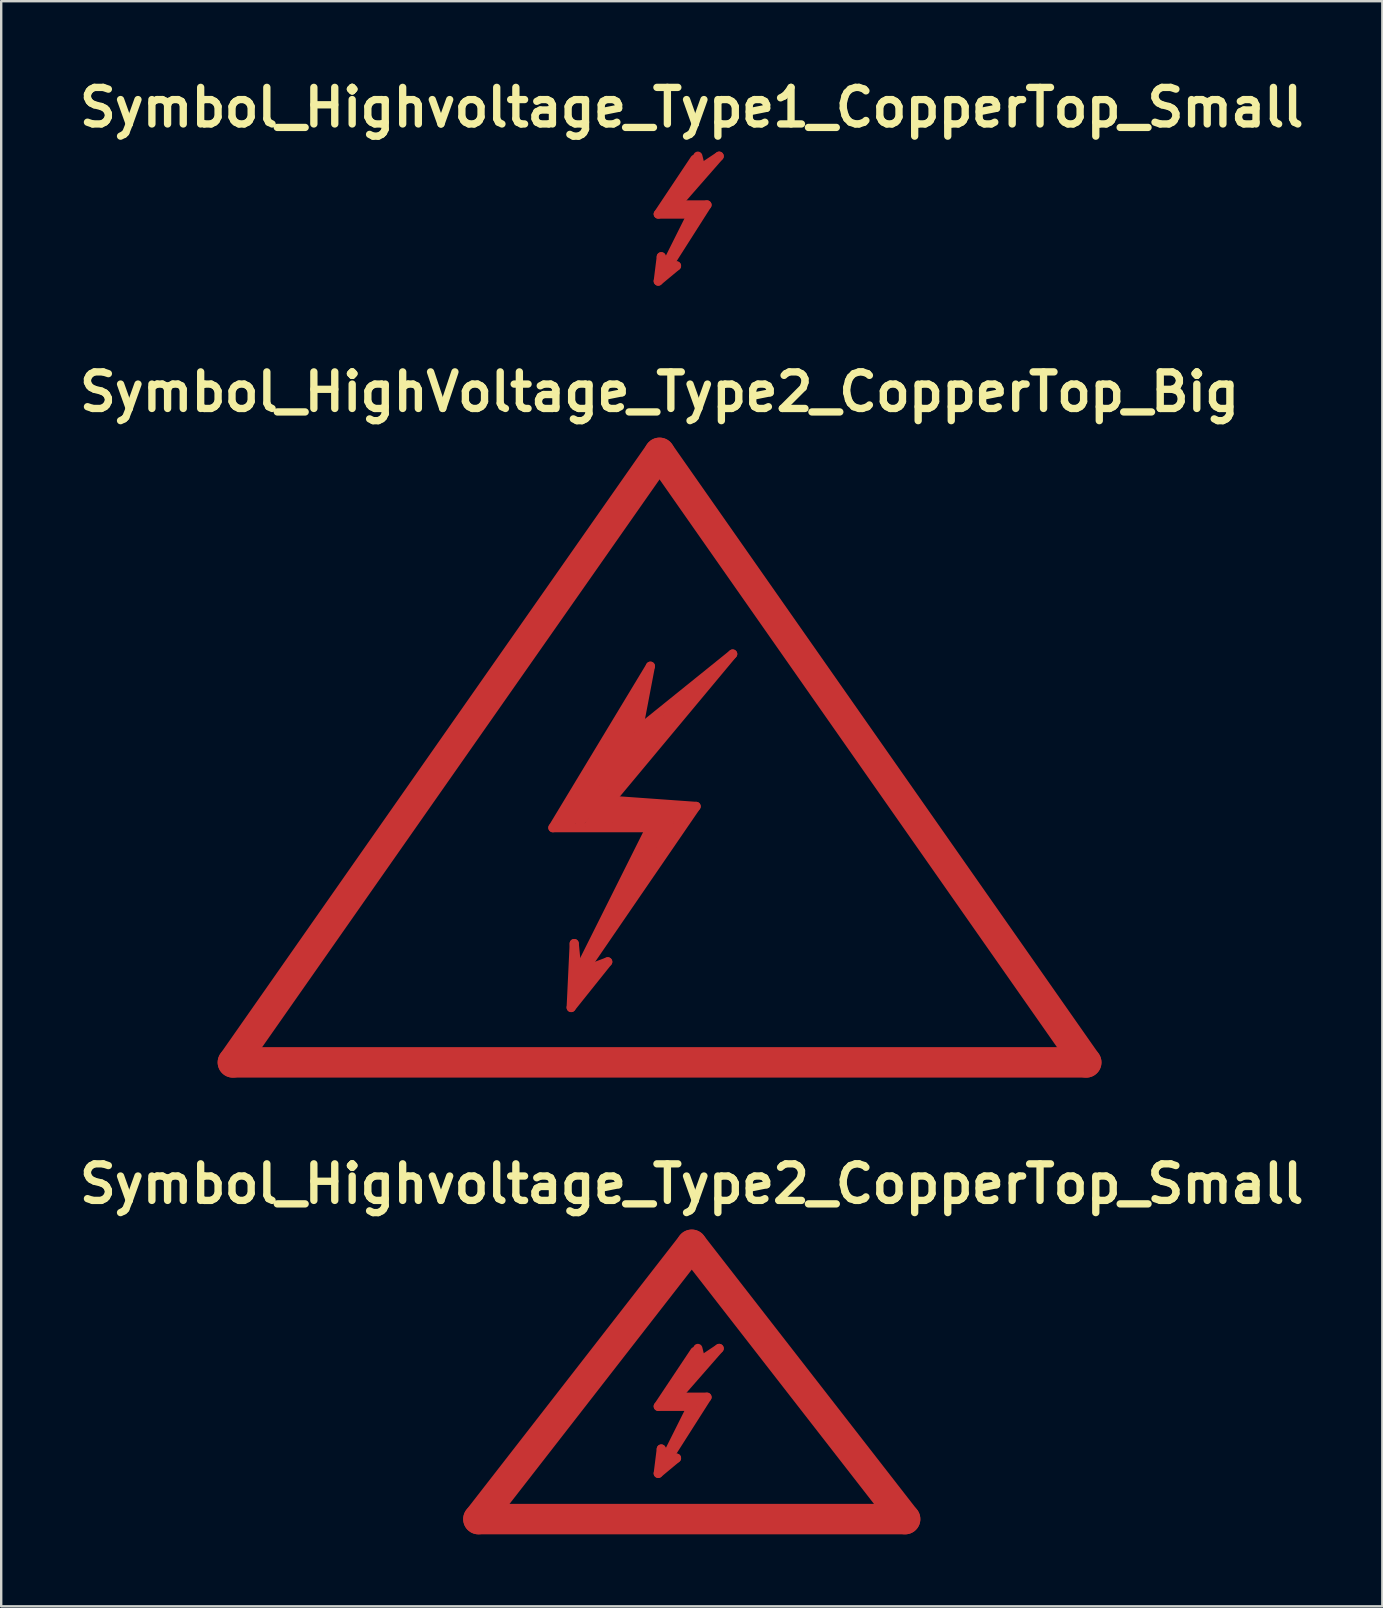
<source format=kicad_pcb>
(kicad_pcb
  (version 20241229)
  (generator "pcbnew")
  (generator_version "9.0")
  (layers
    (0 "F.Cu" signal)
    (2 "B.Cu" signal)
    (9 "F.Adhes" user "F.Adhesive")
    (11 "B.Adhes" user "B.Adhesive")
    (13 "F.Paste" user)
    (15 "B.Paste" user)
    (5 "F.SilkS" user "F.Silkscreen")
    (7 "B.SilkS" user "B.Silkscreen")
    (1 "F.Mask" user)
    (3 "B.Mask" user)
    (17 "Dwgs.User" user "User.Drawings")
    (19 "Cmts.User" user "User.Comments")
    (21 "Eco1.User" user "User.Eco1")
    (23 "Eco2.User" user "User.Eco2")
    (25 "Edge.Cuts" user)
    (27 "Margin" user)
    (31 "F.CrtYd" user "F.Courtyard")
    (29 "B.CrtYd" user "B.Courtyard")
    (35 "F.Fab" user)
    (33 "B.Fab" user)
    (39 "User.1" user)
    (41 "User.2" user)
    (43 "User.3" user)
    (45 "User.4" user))
  (footprint "Symbol_Highvoltage_Type1_CopperTop_Small"
    (layer "F.Cu")
    (at 24.761 6.633)
    (property "Reference" "Symbol_Highvoltage_Type1_CopperTop_Small" (at 1.016 -5.207 0) (layer "F.SilkS") (effects (font (size 1.524 1.524) (thickness 0.305))))
    (attr through_hole)
    (fp_line (start -0.381 -0.762) (end 1.016 -0.762) (stroke (width 0.381) (type solid)) (layer "F.Cu"))
    (fp_line (start -0.381 2.032) (end 0.381 1.397) (stroke (width 0.381) (type solid)) (layer "F.Cu"))
    (fp_line (start -0.254 1.016) (end -0.381 2.032) (stroke (width 0.381) (type solid)) (layer "F.Cu"))
    (fp_line (start -0.127 1.524) (end -0.254 1.016) (stroke (width 0.381) (type solid)) (layer "F.Cu"))
    (fp_line (start -0.127 1.651) (end 1.651 -1.143) (stroke (width 0.381) (type solid)) (layer "F.Cu"))
    (fp_line (start 0 -0.889) (end 1.27 -0.889) (stroke (width 0.381) (type solid)) (layer "F.Cu"))
    (fp_line (start 0.381 -1.143) (end 2.159 -3.175) (stroke (width 0.381) (type solid)) (layer "F.Cu"))
    (fp_line (start 0.381 1.397) (end -0.127 1.651) (stroke (width 0.381) (type solid)) (layer "F.Cu"))
    (fp_line (start 1.016 -0.762) (end -0.127 1.524) (stroke (width 0.381) (type solid)) (layer "F.Cu"))
    (fp_line (start 1.143 -3.048) (end -0.381 -0.762) (stroke (width 0.381) (type solid)) (layer "F.Cu"))
    (fp_line (start 1.397 -2.794) (end 0 -0.889) (stroke (width 0.381) (type solid)) (layer "F.Cu"))
    (fp_line (start 1.397 -2.667) (end 1.27 -3.175) (stroke (width 0.381) (type solid)) (layer "F.Cu"))
    (fp_line (start 1.651 -1.143) (end 0.381 -1.143) (stroke (width 0.381) (type solid)) (layer "F.Cu"))
    (fp_line (start 2.159 -3.175) (end 1.397 -2.667) (stroke (width 0.381) (type solid)) (layer "F.Cu")))
  (footprint "Symbol_HighVoltage_Type2_CopperTop_Big"
    (layer "F.Cu")
    (at 24.435 31.062)
    (property "Reference" "Symbol_HighVoltage_Type2_CopperTop_Big" (at 0 -17.78 0) (layer "F.SilkS") (effects (font (size 1.524 1.524) (thickness 0.305))))
    (attr through_hole)
    (fp_line (start -17.78 10.16) (end 0 -15.24) (stroke (width 1.27) (type solid)) (layer "F.Cu"))
    (fp_line (start -4.445 0.381) (end -0.381 0.381) (stroke (width 0.381) (type solid)) (layer "F.Cu"))
    (fp_line (start -4.064 0.254) (end -0.889 -4.318) (stroke (width 0.381) (type solid)) (layer "F.Cu"))
    (fp_line (start -3.683 0.127) (end -1.016 -3.556) (stroke (width 0.381) (type solid)) (layer "F.Cu"))
    (fp_line (start -3.683 7.874) (end -2.159 5.969) (stroke (width 0.381) (type solid)) (layer "F.Cu"))
    (fp_line (start -3.556 5.207) (end -3.683 7.874) (stroke (width 0.381) (type solid)) (layer "F.Cu"))
    (fp_line (start -3.556 7.239) (end -3.175 6.35) (stroke (width 0.381) (type solid)) (layer "F.Cu"))
    (fp_line (start -3.429 6.477) (end -3.556 5.207) (stroke (width 0.381) (type solid)) (layer "F.Cu"))
    (fp_line (start -3.302 0.127) (end 1.397 -5.207) (stroke (width 0.381) (type solid)) (layer "F.Cu"))
    (fp_line (start -3.175 6.096) (end -3.048 6.223) (stroke (width 0.381) (type solid)) (layer "F.Cu"))
    (fp_line (start -3.175 6.35) (end -3.048 5.969) (stroke (width 0.381) (type solid)) (layer "F.Cu"))
    (fp_line (start -3.175 6.35) (end 1.524 -0.508) (stroke (width 0.381) (type solid)) (layer "F.Cu"))
    (fp_line (start -3.048 5.969) (end -3.175 6.096) (stroke (width 0.381) (type solid)) (layer "F.Cu"))
    (fp_line (start -2.921 0.254) (end 0.762 0.127) (stroke (width 0.381) (type solid)) (layer "F.Cu"))
    (fp_line (start -2.794 6.477) (end -3.556 7.239) (stroke (width 0.381) (type solid)) (layer "F.Cu"))
    (fp_line (start -2.667 5.461) (end 0.127 0.127) (stroke (width 0.381) (type solid)) (layer "F.Cu"))
    (fp_line (start -2.413 0) (end 0.635 -0.127) (stroke (width 0.381) (type solid)) (layer "F.Cu"))
    (fp_line (start -2.286 -1.524) (end 0.254 -4.445) (stroke (width 0.381) (type solid)) (layer "F.Cu"))
    (fp_line (start -2.286 -1.016) (end -2.032 -0.381) (stroke (width 0.381) (type solid)) (layer "F.Cu"))
    (fp_line (start -2.286 -0.381) (end -2.413 0) (stroke (width 0.381) (type solid)) (layer "F.Cu"))
    (fp_line (start -2.159 5.969) (end -3.175 6.35) (stroke (width 0.381) (type solid)) (layer "F.Cu"))
    (fp_line (start -2.032 -0.762) (end 3.048 -6.858) (stroke (width 0.381) (type solid)) (layer "F.Cu"))
    (fp_line (start -1.016 -3.556) (end -3.302 0.127) (stroke (width 0.381) (type solid)) (layer "F.Cu"))
    (fp_line (start -0.889 -4.318) (end -3.683 0.127) (stroke (width 0.381) (type solid)) (layer "F.Cu"))
    (fp_line (start -0.889 -3.683) (end -0.381 -6.35) (stroke (width 0.381) (type solid)) (layer "F.Cu"))
    (fp_line (start -0.762 -5.588) (end -0.889 -4.953) (stroke (width 0.381) (type solid)) (layer "F.Cu"))
    (fp_line (start -0.762 -5.08) (end -4.064 0.254) (stroke (width 0.381) (type solid)) (layer "F.Cu"))
    (fp_line (start -0.381 -6.35) (end -4.445 0.381) (stroke (width 0.381) (type solid)) (layer "F.Cu"))
    (fp_line (start -0.381 0.381) (end -3.429 6.477) (stroke (width 0.381) (type solid)) (layer "F.Cu"))
    (fp_line (start 0 -15.24) (end 17.78 10.16) (stroke (width 1.27) (type solid)) (layer "F.Cu"))
    (fp_line (start 0.127 0.127) (end 0.762 0.127) (stroke (width 0.381) (type solid)) (layer "F.Cu"))
    (fp_line (start 0.254 -4.445) (end -2.921 0.254) (stroke (width 0.381) (type solid)) (layer "F.Cu"))
    (fp_line (start 0.635 -0.127) (end -2.667 5.461) (stroke (width 0.381) (type solid)) (layer "F.Cu"))
    (fp_line (start 0.762 0.127) (end -0.508 2.159) (stroke (width 0.381) (type solid)) (layer "F.Cu"))
    (fp_line (start 0.762 0.127) (end 1.143 -0.381) (stroke (width 0.381) (type solid)) (layer "F.Cu"))
    (fp_line (start 1.143 -0.381) (end -2.286 -0.381) (stroke (width 0.381) (type solid)) (layer "F.Cu"))
    (fp_line (start 1.397 -5.207) (end -2.286 -1.524) (stroke (width 0.381) (type solid)) (layer "F.Cu"))
    (fp_line (start 1.524 -0.508) (end -2.032 -0.762) (stroke (width 0.381) (type solid)) (layer "F.Cu"))
    (fp_line (start 1.778 -5.461) (end -1.143 -3.175) (stroke (width 0.381) (type solid)) (layer "F.Cu"))
    (fp_line (start 3.048 -6.858) (end -0.889 -3.683) (stroke (width 0.381) (type solid)) (layer "F.Cu"))
    (fp_line (start 17.78 10.16) (end -17.78 10.16) (stroke (width 1.27) (type solid)) (layer "F.Cu")))
  (footprint "Symbol_Highvoltage_Type2_CopperTop_Small"
    (layer "F.Cu")
    (at 25.777 56.444)
    (property "Reference" "Symbol_Highvoltage_Type2_CopperTop_Small" (at 0 -10.16 0) (layer "F.SilkS") (effects (font (size 1.524 1.524) (thickness 0.305))))
    (attr through_hole)
    (fp_line (start -8.89 3.81) (end 0 -7.62) (stroke (width 1.27) (type solid)) (layer "F.Cu"))
    (fp_line (start -1.397 -0.889) (end 0 -0.889) (stroke (width 0.381) (type solid)) (layer "F.Cu"))
    (fp_line (start -1.397 1.905) (end -0.635 1.27) (stroke (width 0.381) (type solid)) (layer "F.Cu"))
    (fp_line (start -1.27 0.889) (end -1.397 1.905) (stroke (width 0.381) (type solid)) (layer "F.Cu"))
    (fp_line (start -1.143 1.397) (end -1.27 0.889) (stroke (width 0.381) (type solid)) (layer "F.Cu"))
    (fp_line (start -1.143 1.524) (end 0.635 -1.27) (stroke (width 0.381) (type solid)) (layer "F.Cu"))
    (fp_line (start -1.016 -1.016) (end 0.254 -1.016) (stroke (width 0.381) (type solid)) (layer "F.Cu"))
    (fp_line (start -0.635 -1.27) (end 1.143 -3.302) (stroke (width 0.381) (type solid)) (layer "F.Cu"))
    (fp_line (start -0.635 1.27) (end -1.143 1.524) (stroke (width 0.381) (type solid)) (layer "F.Cu"))
    (fp_line (start 0 -7.62) (end 8.89 3.81) (stroke (width 1.27) (type solid)) (layer "F.Cu"))
    (fp_line (start 0 -0.889) (end -1.143 1.397) (stroke (width 0.381) (type solid)) (layer "F.Cu"))
    (fp_line (start 0.127 -3.175) (end -1.397 -0.889) (stroke (width 0.381) (type solid)) (layer "F.Cu"))
    (fp_line (start 0.381 -2.921) (end -1.016 -1.016) (stroke (width 0.381) (type solid)) (layer "F.Cu"))
    (fp_line (start 0.381 -2.794) (end 0.254 -3.302) (stroke (width 0.381) (type solid)) (layer "F.Cu"))
    (fp_line (start 0.635 -1.27) (end -0.635 -1.27) (stroke (width 0.381) (type solid)) (layer "F.Cu"))
    (fp_line (start 1.143 -3.302) (end 0.381 -2.794) (stroke (width 0.381) (type solid)) (layer "F.Cu"))
    (fp_line (start 8.89 3.81) (end -8.89 3.81) (stroke (width 1.27) (type solid)) (layer "F.Cu")))
  (gr_rect
    (start -3 -3)
    (end 54.555 63.889)
    (stroke (width 0.1) (type default))
    (fill no)
    (layer "Edge.Cuts")))
</source>
